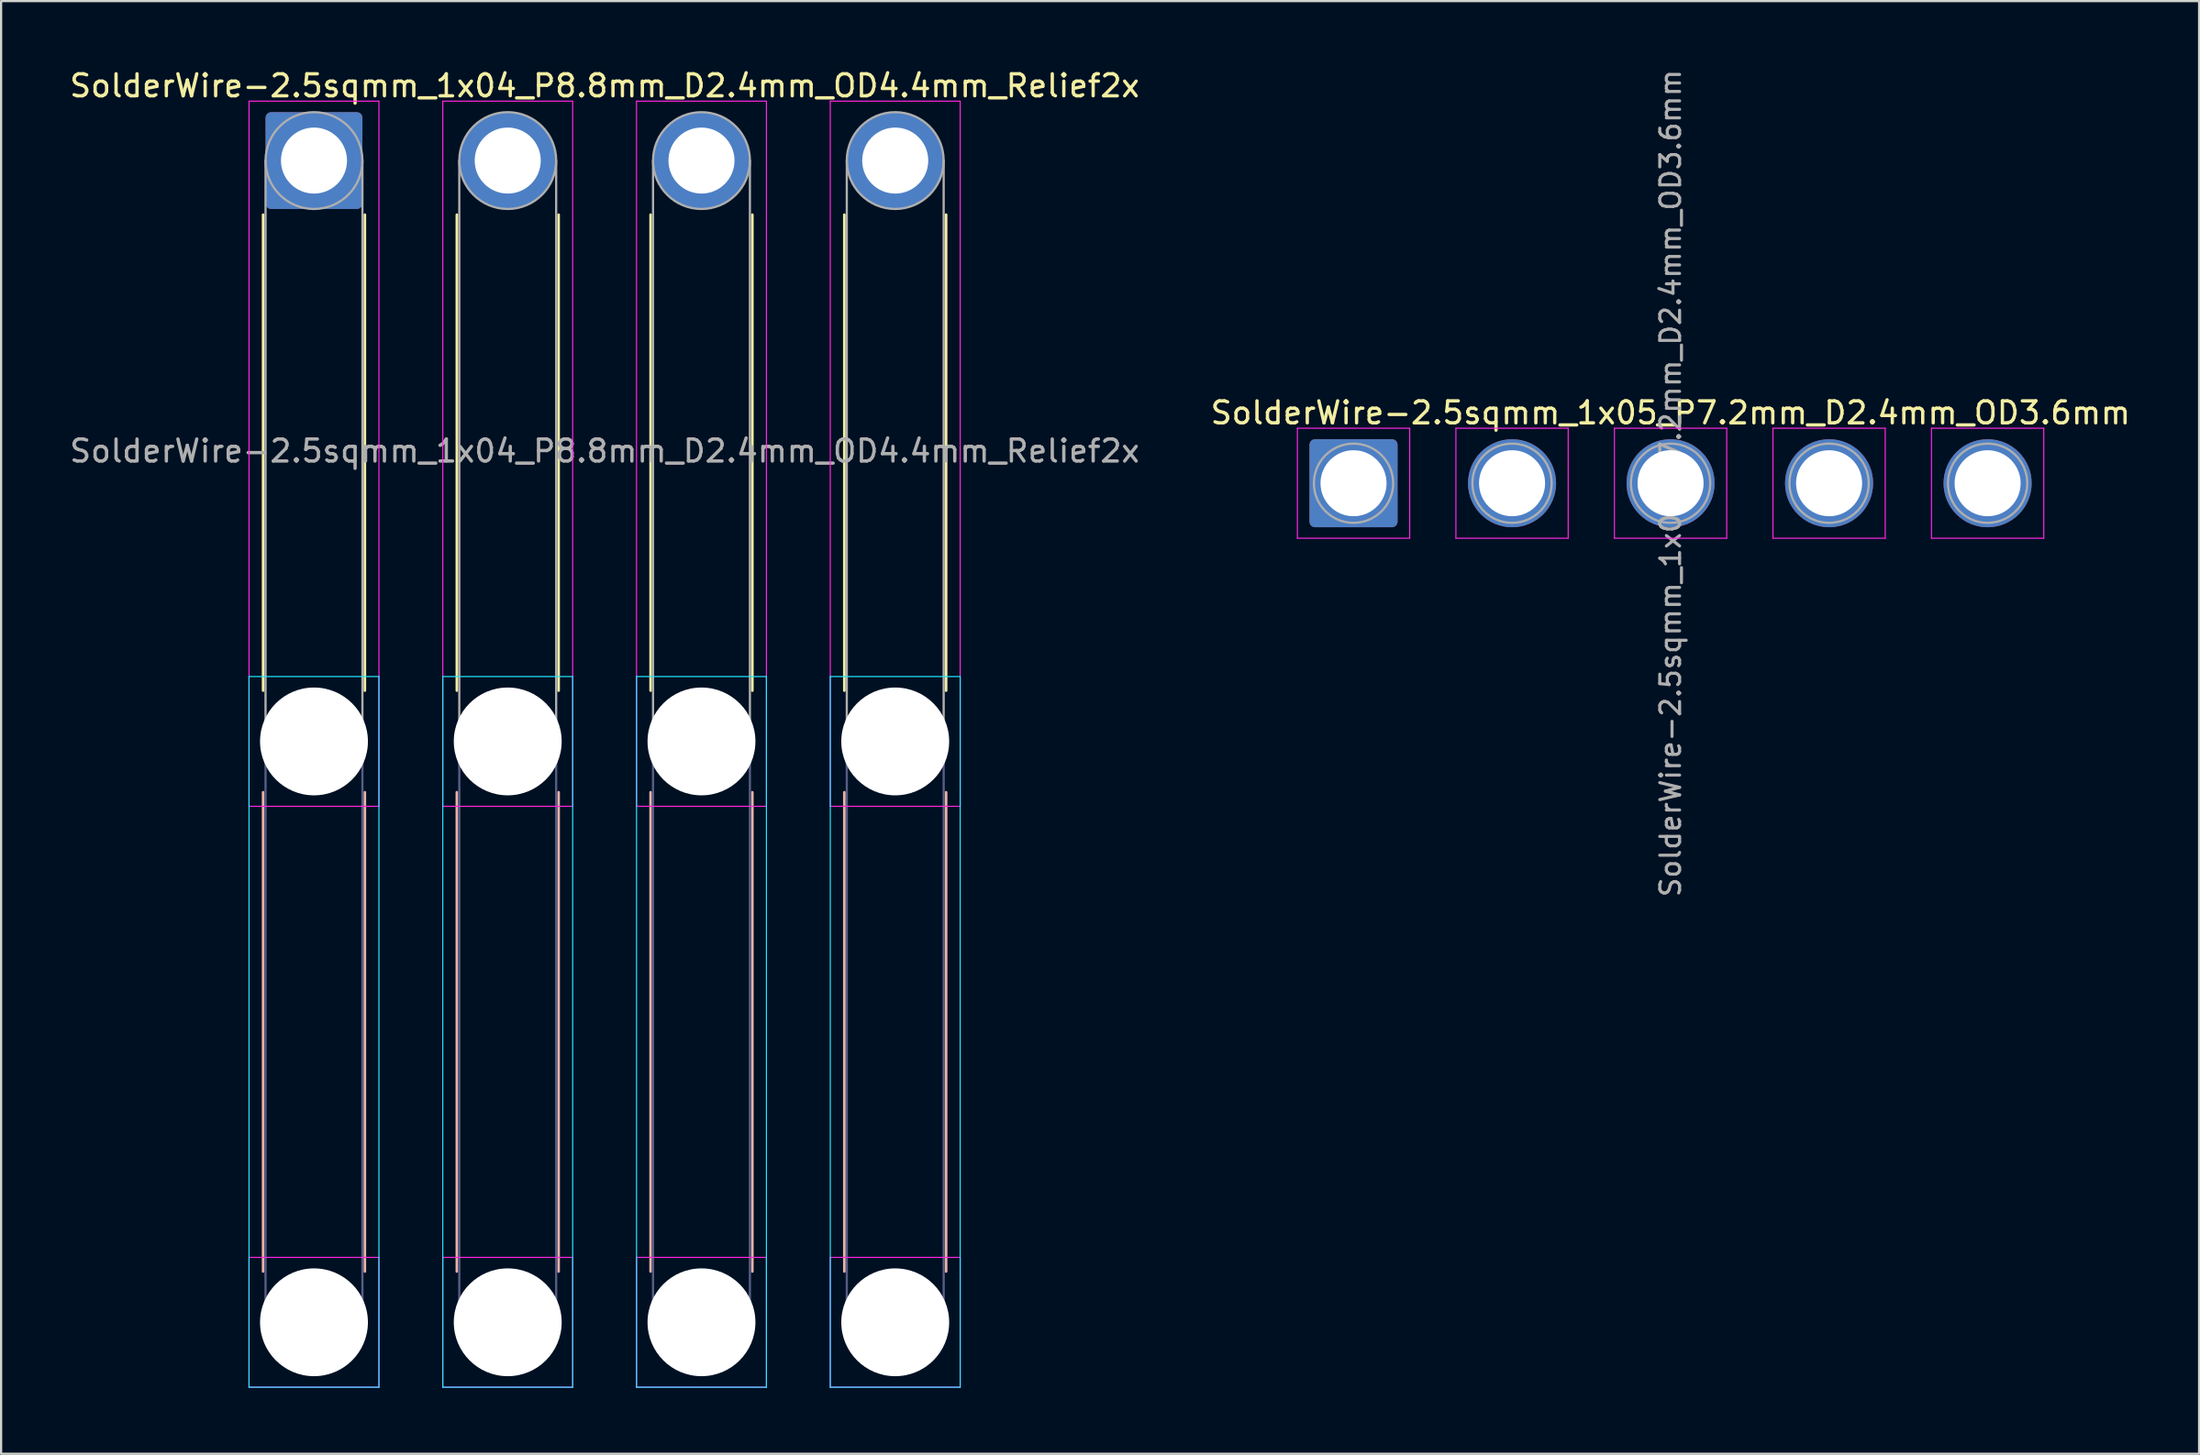
<source format=kicad_pcb>
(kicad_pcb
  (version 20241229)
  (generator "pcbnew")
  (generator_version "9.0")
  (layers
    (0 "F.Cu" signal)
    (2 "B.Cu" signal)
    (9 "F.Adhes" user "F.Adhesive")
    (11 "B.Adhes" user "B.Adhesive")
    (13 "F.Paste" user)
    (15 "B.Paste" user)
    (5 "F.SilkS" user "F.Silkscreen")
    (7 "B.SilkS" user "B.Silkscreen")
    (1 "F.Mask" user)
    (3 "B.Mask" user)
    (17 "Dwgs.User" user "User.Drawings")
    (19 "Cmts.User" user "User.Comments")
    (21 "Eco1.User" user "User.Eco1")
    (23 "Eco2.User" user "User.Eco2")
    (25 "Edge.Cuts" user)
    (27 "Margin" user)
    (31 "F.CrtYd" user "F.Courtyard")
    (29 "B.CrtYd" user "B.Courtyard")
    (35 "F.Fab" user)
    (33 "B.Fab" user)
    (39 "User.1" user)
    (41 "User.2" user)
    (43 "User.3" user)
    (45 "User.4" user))
  (footprint "SolderWire-2.5sqmm_1x04_P8.8mm_D2.4mm_OD4.4mm_Relief2x"
    (layer "F.Cu")
    (at 11.211 4.248)
    (property "Reference" "SolderWire-2.5sqmm_1x04_P8.8mm_D2.4mm_OD4.4mm_Relief2x" (at 13.2 -3.4 0) (layer "F.SilkS") (effects (font (size 1 1) (thickness 0.15))))
    (attr exclude_from_pos_files exclude_from_bom)
    (fp_line (start -2.31 2.46) (end -2.31 24.09) (stroke (width 0.12) (type solid)) (layer "F.SilkS"))
    (fp_line (start 2.31 2.46) (end 2.31 24.09) (stroke (width 0.12) (type solid)) (layer "F.SilkS"))
    (fp_line (start 6.49 2.46) (end 6.49 24.09) (stroke (width 0.12) (type solid)) (layer "F.SilkS"))
    (fp_line (start 11.11 2.46) (end 11.11 24.09) (stroke (width 0.12) (type solid)) (layer "F.SilkS"))
    (fp_line (start 15.29 2.46) (end 15.29 24.09) (stroke (width 0.12) (type solid)) (layer "F.SilkS"))
    (fp_line (start 19.91 2.46) (end 19.91 24.09) (stroke (width 0.12) (type solid)) (layer "F.SilkS"))
    (fp_line (start 24.09 2.46) (end 24.09 24.09) (stroke (width 0.12) (type solid)) (layer "F.SilkS"))
    (fp_line (start 28.71 2.46) (end 28.71 24.09) (stroke (width 0.12) (type solid)) (layer "F.SilkS"))
    (fp_line (start -2.31 28.71) (end -2.31 50.49) (stroke (width 0.12) (type solid)) (layer "B.SilkS"))
    (fp_line (start 2.31 28.71) (end 2.31 50.49) (stroke (width 0.12) (type solid)) (layer "B.SilkS"))
    (fp_line (start 6.49 28.71) (end 6.49 50.49) (stroke (width 0.12) (type solid)) (layer "B.SilkS"))
    (fp_line (start 11.11 28.71) (end 11.11 50.49) (stroke (width 0.12) (type solid)) (layer "B.SilkS"))
    (fp_line (start 15.29 28.71) (end 15.29 50.49) (stroke (width 0.12) (type solid)) (layer "B.SilkS"))
    (fp_line (start 19.91 28.71) (end 19.91 50.49) (stroke (width 0.12) (type solid)) (layer "B.SilkS"))
    (fp_line (start 24.09 28.71) (end 24.09 50.49) (stroke (width 0.12) (type solid)) (layer "B.SilkS"))
    (fp_line (start 28.71 28.71) (end 28.71 50.49) (stroke (width 0.12) (type solid)) (layer "B.SilkS"))
    (fp_line (start -2.95 23.45) (end -2.95 55.75) (stroke (width 0.05) (type solid)) (layer "B.CrtYd"))
    (fp_line (start -2.95 55.75) (end 2.95 55.75) (stroke (width 0.05) (type solid)) (layer "B.CrtYd"))
    (fp_line (start 2.95 23.45) (end -2.95 23.45) (stroke (width 0.05) (type solid)) (layer "B.CrtYd"))
    (fp_line (start 2.95 55.75) (end 2.95 23.45) (stroke (width 0.05) (type solid)) (layer "B.CrtYd"))
    (fp_line (start 5.85 23.45) (end 5.85 55.75) (stroke (width 0.05) (type solid)) (layer "B.CrtYd"))
    (fp_line (start 5.85 55.75) (end 11.75 55.75) (stroke (width 0.05) (type solid)) (layer "B.CrtYd"))
    (fp_line (start 11.75 23.45) (end 5.85 23.45) (stroke (width 0.05) (type solid)) (layer "B.CrtYd"))
    (fp_line (start 11.75 55.75) (end 11.75 23.45) (stroke (width 0.05) (type solid)) (layer "B.CrtYd"))
    (fp_line (start 14.65 23.45) (end 14.65 55.75) (stroke (width 0.05) (type solid)) (layer "B.CrtYd"))
    (fp_line (start 14.65 55.75) (end 20.55 55.75) (stroke (width 0.05) (type solid)) (layer "B.CrtYd"))
    (fp_line (start 20.55 23.45) (end 14.65 23.45) (stroke (width 0.05) (type solid)) (layer "B.CrtYd"))
    (fp_line (start 20.55 55.75) (end 20.55 23.45) (stroke (width 0.05) (type solid)) (layer "B.CrtYd"))
    (fp_line (start 23.45 23.45) (end 23.45 55.75) (stroke (width 0.05) (type solid)) (layer "B.CrtYd"))
    (fp_line (start 23.45 55.75) (end 29.35 55.75) (stroke (width 0.05) (type solid)) (layer "B.CrtYd"))
    (fp_line (start 29.35 23.45) (end 23.45 23.45) (stroke (width 0.05) (type solid)) (layer "B.CrtYd"))
    (fp_line (start 29.35 55.75) (end 29.35 23.45) (stroke (width 0.05) (type solid)) (layer "B.CrtYd"))
    (fp_line (start -2.95 -2.7) (end -2.95 29.35) (stroke (width 0.05) (type solid)) (layer "F.CrtYd"))
    (fp_line (start -2.95 29.35) (end 2.95 29.35) (stroke (width 0.05) (type solid)) (layer "F.CrtYd"))
    (fp_line (start -2.95 49.85) (end -2.95 55.75) (stroke (width 0.05) (type solid)) (layer "F.CrtYd"))
    (fp_line (start -2.95 55.75) (end 2.95 55.75) (stroke (width 0.05) (type solid)) (layer "F.CrtYd"))
    (fp_line (start 2.95 -2.7) (end -2.95 -2.7) (stroke (width 0.05) (type solid)) (layer "F.CrtYd"))
    (fp_line (start 2.95 29.35) (end 2.95 -2.7) (stroke (width 0.05) (type solid)) (layer "F.CrtYd"))
    (fp_line (start 2.95 49.85) (end -2.95 49.85) (stroke (width 0.05) (type solid)) (layer "F.CrtYd"))
    (fp_line (start 2.95 55.75) (end 2.95 49.85) (stroke (width 0.05) (type solid)) (layer "F.CrtYd"))
    (fp_line (start 5.85 -2.7) (end 5.85 29.35) (stroke (width 0.05) (type solid)) (layer "F.CrtYd"))
    (fp_line (start 5.85 29.35) (end 11.75 29.35) (stroke (width 0.05) (type solid)) (layer "F.CrtYd"))
    (fp_line (start 5.85 49.85) (end 5.85 55.75) (stroke (width 0.05) (type solid)) (layer "F.CrtYd"))
    (fp_line (start 5.85 55.75) (end 11.75 55.75) (stroke (width 0.05) (type solid)) (layer "F.CrtYd"))
    (fp_line (start 11.75 -2.7) (end 5.85 -2.7) (stroke (width 0.05) (type solid)) (layer "F.CrtYd"))
    (fp_line (start 11.75 29.35) (end 11.75 -2.7) (stroke (width 0.05) (type solid)) (layer "F.CrtYd"))
    (fp_line (start 11.75 49.85) (end 5.85 49.85) (stroke (width 0.05) (type solid)) (layer "F.CrtYd"))
    (fp_line (start 11.75 55.75) (end 11.75 49.85) (stroke (width 0.05) (type solid)) (layer "F.CrtYd"))
    (fp_line (start 14.65 -2.7) (end 14.65 29.35) (stroke (width 0.05) (type solid)) (layer "F.CrtYd"))
    (fp_line (start 14.65 29.35) (end 20.55 29.35) (stroke (width 0.05) (type solid)) (layer "F.CrtYd"))
    (fp_line (start 14.65 49.85) (end 14.65 55.75) (stroke (width 0.05) (type solid)) (layer "F.CrtYd"))
    (fp_line (start 14.65 55.75) (end 20.55 55.75) (stroke (width 0.05) (type solid)) (layer "F.CrtYd"))
    (fp_line (start 20.55 -2.7) (end 14.65 -2.7) (stroke (width 0.05) (type solid)) (layer "F.CrtYd"))
    (fp_line (start 20.55 29.35) (end 20.55 -2.7) (stroke (width 0.05) (type solid)) (layer "F.CrtYd"))
    (fp_line (start 20.55 49.85) (end 14.65 49.85) (stroke (width 0.05) (type solid)) (layer "F.CrtYd"))
    (fp_line (start 20.55 55.75) (end 20.55 49.85) (stroke (width 0.05) (type solid)) (layer "F.CrtYd"))
    (fp_line (start 23.45 -2.7) (end 23.45 29.35) (stroke (width 0.05) (type solid)) (layer "F.CrtYd"))
    (fp_line (start 23.45 29.35) (end 29.35 29.35) (stroke (width 0.05) (type solid)) (layer "F.CrtYd"))
    (fp_line (start 23.45 49.85) (end 23.45 55.75) (stroke (width 0.05) (type solid)) (layer "F.CrtYd"))
    (fp_line (start 23.45 55.75) (end 29.35 55.75) (stroke (width 0.05) (type solid)) (layer "F.CrtYd"))
    (fp_line (start 29.35 -2.7) (end 23.45 -2.7) (stroke (width 0.05) (type solid)) (layer "F.CrtYd"))
    (fp_line (start 29.35 29.35) (end 29.35 -2.7) (stroke (width 0.05) (type solid)) (layer "F.CrtYd"))
    (fp_line (start 29.35 49.85) (end 23.45 49.85) (stroke (width 0.05) (type solid)) (layer "F.CrtYd"))
    (fp_line (start 29.35 55.75) (end 29.35 49.85) (stroke (width 0.05) (type solid)) (layer "F.CrtYd"))
    (fp_line (start -2.2 26.4) (end -2.2 52.8) (stroke (width 0.1) (type solid)) (layer "B.Fab"))
    (fp_line (start 2.2 26.4) (end 2.2 52.8) (stroke (width 0.1) (type solid)) (layer "B.Fab"))
    (fp_line (start 6.6 26.4) (end 6.6 52.8) (stroke (width 0.1) (type solid)) (layer "B.Fab"))
    (fp_line (start 11 26.4) (end 11 52.8) (stroke (width 0.1) (type solid)) (layer "B.Fab"))
    (fp_line (start 15.4 26.4) (end 15.4 52.8) (stroke (width 0.1) (type solid)) (layer "B.Fab"))
    (fp_line (start 19.8 26.4) (end 19.8 52.8) (stroke (width 0.1) (type solid)) (layer "B.Fab"))
    (fp_line (start 24.2 26.4) (end 24.2 52.8) (stroke (width 0.1) (type solid)) (layer "B.Fab"))
    (fp_line (start 28.6 26.4) (end 28.6 52.8) (stroke (width 0.1) (type solid)) (layer "B.Fab"))
    (fp_circle (center 0 26.4) (end 2.2 26.4) (stroke (width 0.1) (type solid)) (fill no) (layer "B.Fab"))
    (fp_circle (center 0 52.8) (end 2.2 52.8) (stroke (width 0.1) (type solid)) (fill no) (layer "B.Fab"))
    (fp_circle (center 8.8 26.4) (end 11 26.4) (stroke (width 0.1) (type solid)) (fill no) (layer "B.Fab"))
    (fp_circle (center 8.8 52.8) (end 11 52.8) (stroke (width 0.1) (type solid)) (fill no) (layer "B.Fab"))
    (fp_circle (center 17.6 26.4) (end 19.8 26.4) (stroke (width 0.1) (type solid)) (fill no) (layer "B.Fab"))
    (fp_circle (center 17.6 52.8) (end 19.8 52.8) (stroke (width 0.1) (type solid)) (fill no) (layer "B.Fab"))
    (fp_circle (center 26.4 26.4) (end 28.6 26.4) (stroke (width 0.1) (type solid)) (fill no) (layer "B.Fab"))
    (fp_circle (center 26.4 52.8) (end 28.6 52.8) (stroke (width 0.1) (type solid)) (fill no) (layer "B.Fab"))
    (fp_line (start -2.2 0) (end -2.2 26.4) (stroke (width 0.1) (type solid)) (layer "F.Fab"))
    (fp_line (start 2.2 0) (end 2.2 26.4) (stroke (width 0.1) (type solid)) (layer "F.Fab"))
    (fp_line (start 6.6 0) (end 6.6 26.4) (stroke (width 0.1) (type solid)) (layer "F.Fab"))
    (fp_line (start 11 0) (end 11 26.4) (stroke (width 0.1) (type solid)) (layer "F.Fab"))
    (fp_line (start 15.4 0) (end 15.4 26.4) (stroke (width 0.1) (type solid)) (layer "F.Fab"))
    (fp_line (start 19.8 0) (end 19.8 26.4) (stroke (width 0.1) (type solid)) (layer "F.Fab"))
    (fp_line (start 24.2 0) (end 24.2 26.4) (stroke (width 0.1) (type solid)) (layer "F.Fab"))
    (fp_line (start 28.6 0) (end 28.6 26.4) (stroke (width 0.1) (type solid)) (layer "F.Fab"))
    (fp_circle (center 0 0) (end 2.2 0) (stroke (width 0.1) (type solid)) (fill no) (layer "F.Fab"))
    (fp_circle (center 0 26.4) (end 2.2 26.4) (stroke (width 0.1) (type solid)) (fill no) (layer "F.Fab"))
    (fp_circle (center 0 52.8) (end 2.2 52.8) (stroke (width 0.1) (type solid)) (fill no) (layer "F.Fab"))
    (fp_circle (center 8.8 0) (end 11 0) (stroke (width 0.1) (type solid)) (fill no) (layer "F.Fab"))
    (fp_circle (center 8.8 26.4) (end 11 26.4) (stroke (width 0.1) (type solid)) (fill no) (layer "F.Fab"))
    (fp_circle (center 8.8 52.8) (end 11 52.8) (stroke (width 0.1) (type solid)) (fill no) (layer "F.Fab"))
    (fp_circle (center 17.6 0) (end 19.8 0) (stroke (width 0.1) (type solid)) (fill no) (layer "F.Fab"))
    (fp_circle (center 17.6 26.4) (end 19.8 26.4) (stroke (width 0.1) (type solid)) (fill no) (layer "F.Fab"))
    (fp_circle (center 17.6 52.8) (end 19.8 52.8) (stroke (width 0.1) (type solid)) (fill no) (layer "F.Fab"))
    (fp_circle (center 26.4 0) (end 28.6 0) (stroke (width 0.1) (type solid)) (fill no) (layer "F.Fab"))
    (fp_circle (center 26.4 26.4) (end 28.6 26.4) (stroke (width 0.1) (type solid)) (fill no) (layer "F.Fab"))
    (fp_circle (center 26.4 52.8) (end 28.6 52.8) (stroke (width 0.1) (type solid)) (fill no) (layer "F.Fab"))
    (fp_text user "${REFERENCE}" (at 13.2 13.2 0) (layer "F.Fab") (effects (font (size 1 1) (thickness 0.15))))
    (pad "" np_thru_hole circle (at 0 26.4) (size 4.9 4.9) (drill 4.9) (layers "*.Cu" "*.Mask"))
    (pad "" np_thru_hole circle (at 0 52.8) (size 4.9 4.9) (drill 4.9) (layers "*.Cu" "*.Mask"))
    (pad "" np_thru_hole circle (at 8.8 26.4) (size 4.9 4.9) (drill 4.9) (layers "*.Cu" "*.Mask"))
    (pad "" np_thru_hole circle (at 8.8 52.8) (size 4.9 4.9) (drill 4.9) (layers "*.Cu" "*.Mask"))
    (pad "" np_thru_hole circle (at 17.6 26.4) (size 4.9 4.9) (drill 4.9) (layers "*.Cu" "*.Mask"))
    (pad "" np_thru_hole circle (at 17.6 52.8) (size 4.9 4.9) (drill 4.9) (layers "*.Cu" "*.Mask"))
    (pad "" np_thru_hole circle (at 26.4 26.4) (size 4.9 4.9) (drill 4.9) (layers "*.Cu" "*.Mask"))
    (pad "" np_thru_hole circle (at 26.4 52.8) (size 4.9 4.9) (drill 4.9) (layers "*.Cu" "*.Mask"))
    (pad "1" thru_hole roundrect (at 0 0) (size 4.4 4.4) (drill 3) (layers "*.Cu" "*.Mask") (roundrect_rratio 0.057))
    (pad "2" thru_hole circle (at 8.8 0) (size 4.4 4.4) (drill 3) (layers "*.Cu" "*.Mask"))
    (pad "3" thru_hole circle (at 17.6 0) (size 4.4 4.4) (drill 3) (layers "*.Cu" "*.Mask"))
    (pad "4" thru_hole circle (at 26.4 0) (size 4.4 4.4) (drill 3) (layers "*.Cu" "*.Mask")))
  (footprint "SolderWire-2.5sqmm_1x05_P7.2mm_D2.4mm_OD3.6mm"
    (layer "F.Cu")
    (at 58.427 18.913)
    (property "Reference" "SolderWire-2.5sqmm_1x05_P7.2mm_D2.4mm_OD3.6mm" (at 14.4 -3.2 0) (layer "F.SilkS") (effects (font (size 1 1) (thickness 0.15))))
    (attr exclude_from_pos_files exclude_from_bom)
    (fp_line (start -2.55 -2.5) (end -2.55 2.5) (stroke (width 0.05) (type solid)) (layer "F.CrtYd"))
    (fp_line (start -2.55 2.5) (end 2.55 2.5) (stroke (width 0.05) (type solid)) (layer "F.CrtYd"))
    (fp_line (start 2.55 -2.5) (end -2.55 -2.5) (stroke (width 0.05) (type solid)) (layer "F.CrtYd"))
    (fp_line (start 2.55 2.5) (end 2.55 -2.5) (stroke (width 0.05) (type solid)) (layer "F.CrtYd"))
    (fp_line (start 4.65 -2.5) (end 4.65 2.5) (stroke (width 0.05) (type solid)) (layer "F.CrtYd"))
    (fp_line (start 4.65 2.5) (end 9.75 2.5) (stroke (width 0.05) (type solid)) (layer "F.CrtYd"))
    (fp_line (start 9.75 -2.5) (end 4.65 -2.5) (stroke (width 0.05) (type solid)) (layer "F.CrtYd"))
    (fp_line (start 9.75 2.5) (end 9.75 -2.5) (stroke (width 0.05) (type solid)) (layer "F.CrtYd"))
    (fp_line (start 11.85 -2.5) (end 11.85 2.5) (stroke (width 0.05) (type solid)) (layer "F.CrtYd"))
    (fp_line (start 11.85 2.5) (end 16.95 2.5) (stroke (width 0.05) (type solid)) (layer "F.CrtYd"))
    (fp_line (start 16.95 -2.5) (end 11.85 -2.5) (stroke (width 0.05) (type solid)) (layer "F.CrtYd"))
    (fp_line (start 16.95 2.5) (end 16.95 -2.5) (stroke (width 0.05) (type solid)) (layer "F.CrtYd"))
    (fp_line (start 19.05 -2.5) (end 19.05 2.5) (stroke (width 0.05) (type solid)) (layer "F.CrtYd"))
    (fp_line (start 19.05 2.5) (end 24.15 2.5) (stroke (width 0.05) (type solid)) (layer "F.CrtYd"))
    (fp_line (start 24.15 -2.5) (end 19.05 -2.5) (stroke (width 0.05) (type solid)) (layer "F.CrtYd"))
    (fp_line (start 24.15 2.5) (end 24.15 -2.5) (stroke (width 0.05) (type solid)) (layer "F.CrtYd"))
    (fp_line (start 26.25 -2.5) (end 26.25 2.5) (stroke (width 0.05) (type solid)) (layer "F.CrtYd"))
    (fp_line (start 26.25 2.5) (end 31.35 2.5) (stroke (width 0.05) (type solid)) (layer "F.CrtYd"))
    (fp_line (start 31.35 -2.5) (end 26.25 -2.5) (stroke (width 0.05) (type solid)) (layer "F.CrtYd"))
    (fp_line (start 31.35 2.5) (end 31.35 -2.5) (stroke (width 0.05) (type solid)) (layer "F.CrtYd"))
    (fp_circle (center 0 0) (end 1.8 0) (stroke (width 0.1) (type solid)) (fill no) (layer "F.Fab"))
    (fp_circle (center 7.2 0) (end 9 0) (stroke (width 0.1) (type solid)) (fill no) (layer "F.Fab"))
    (fp_circle (center 14.4 0) (end 16.2 0) (stroke (width 0.1) (type solid)) (fill no) (layer "F.Fab"))
    (fp_circle (center 21.6 0) (end 23.4 0) (stroke (width 0.1) (type solid)) (fill no) (layer "F.Fab"))
    (fp_circle (center 28.8 0) (end 30.6 0) (stroke (width 0.1) (type solid)) (fill no) (layer "F.Fab"))
    (fp_text user "${REFERENCE}" (at 14.4 0 90) (layer "F.Fab") (effects (font (size 0.9 0.9) (thickness 0.14))))
    (pad "1" thru_hole roundrect (at 0 0) (size 4 4) (drill 3) (layers "*.Cu" "*.Mask") (roundrect_rratio 0.062))
    (pad "2" thru_hole circle (at 7.2 0) (size 4 4) (drill 3) (layers "*.Cu" "*.Mask"))
    (pad "3" thru_hole circle (at 14.4 0) (size 4 4) (drill 3) (layers "*.Cu" "*.Mask"))
    (pad "4" thru_hole circle (at 21.6 0) (size 4 4) (drill 3) (layers "*.Cu" "*.Mask"))
    (pad "5" thru_hole circle (at 28.8 0) (size 4 4) (drill 3) (layers "*.Cu" "*.Mask")))
  (gr_rect
    (start -3 -3)
    (end 96.833 63.023)
    (stroke (width 0.1) (type default))
    (fill no)
    (layer "Edge.Cuts")))
</source>
